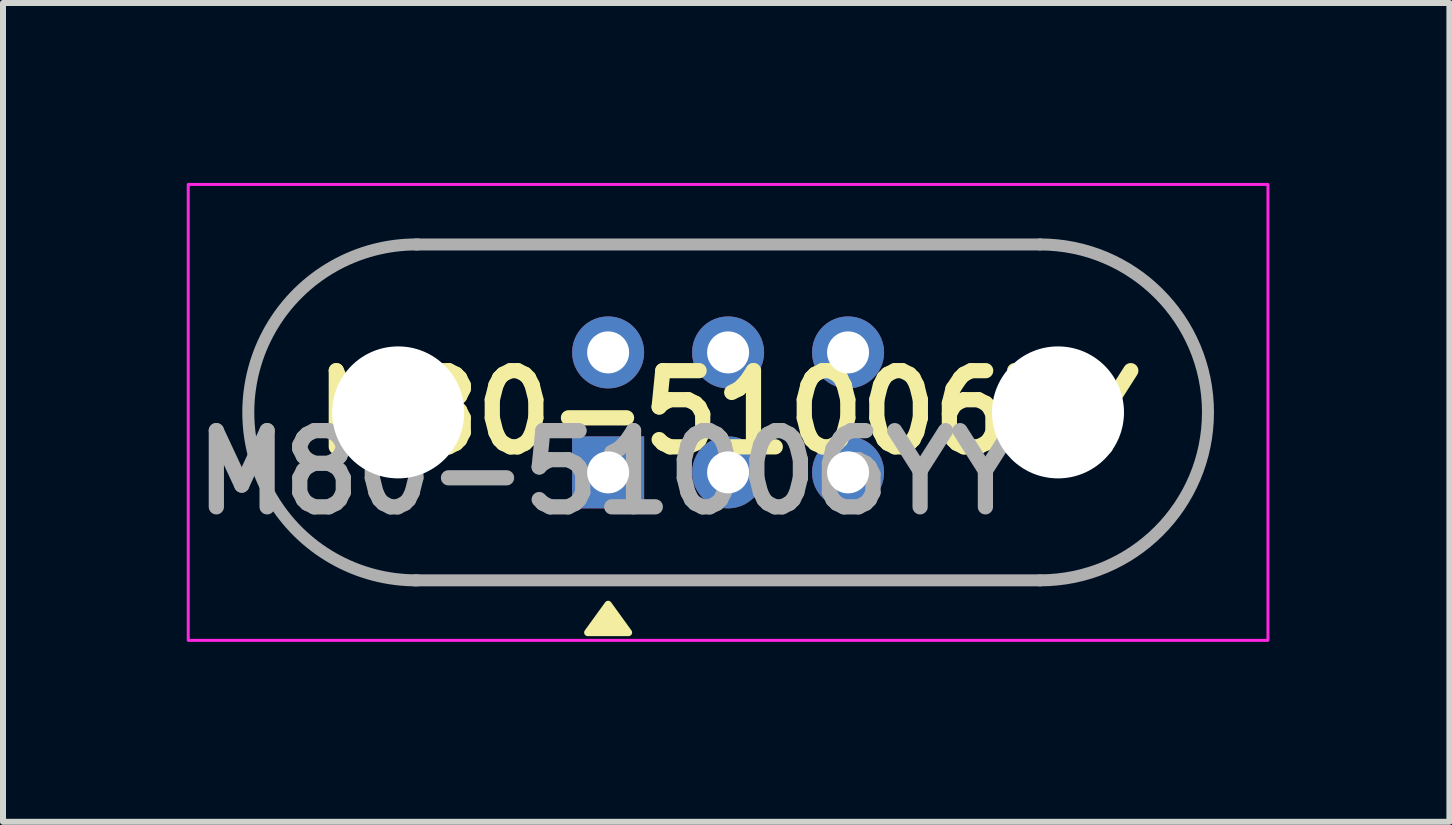
<source format=kicad_pcb>
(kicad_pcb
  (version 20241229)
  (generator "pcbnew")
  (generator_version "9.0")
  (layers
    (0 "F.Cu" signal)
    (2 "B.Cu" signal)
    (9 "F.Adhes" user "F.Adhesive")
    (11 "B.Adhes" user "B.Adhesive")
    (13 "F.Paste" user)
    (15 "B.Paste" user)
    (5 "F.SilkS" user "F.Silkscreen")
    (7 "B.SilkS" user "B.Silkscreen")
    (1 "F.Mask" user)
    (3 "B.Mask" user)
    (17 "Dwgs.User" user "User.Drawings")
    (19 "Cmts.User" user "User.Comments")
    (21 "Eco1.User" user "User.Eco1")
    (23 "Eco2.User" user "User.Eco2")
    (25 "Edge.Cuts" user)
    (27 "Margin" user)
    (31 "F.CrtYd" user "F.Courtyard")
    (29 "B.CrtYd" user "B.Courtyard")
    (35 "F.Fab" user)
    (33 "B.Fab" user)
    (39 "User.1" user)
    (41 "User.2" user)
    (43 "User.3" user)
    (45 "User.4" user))
  (footprint "M80-51006YY"
    (layer "F.Cu")
    (at 9.088 3.825)
    (property "Reference" "M80-51006YY" (at 0 0 0) (layer "F.SilkS") (effects (font (size 1.27 1.27) (thickness 0.254))))
    (attr through_hole)
    (fp_line (start -5.2 -2.8) (end 5.2 -2.8) (stroke (width 0.1) (type solid)) (layer "F.SilkS"))
    (fp_line (start 5.2 2.8) (end -5.2 2.8) (stroke (width 0.1) (type solid)) (layer "F.SilkS"))
    (fp_arc (start -5.2 2.8) (mid -8 0) (end -5.2 -2.8) (stroke (width 0.1) (type solid)) (layer "F.SilkS"))
    (fp_arc (start 5.2 -2.8) (mid 8 0) (end 5.2 2.8) (stroke (width 0.1) (type solid)) (layer "F.SilkS"))
    (fp_poly (pts (xy -2 3.2) (xy -1.66 3.67) (xy -2.34 3.67) (xy -2 3.2)) (stroke (width 0.12) (type solid)) (fill yes) (layer "F.SilkS"))
    (fp_rect (start -9 -3.8) (end 9 3.8) (stroke (width 0.05) (type default)) (fill no) (layer "F.CrtYd"))
    (fp_line (start -5.2 -2.8) (end 5.2 -2.8) (stroke (width 0.2) (type solid)) (layer "F.Fab"))
    (fp_line (start 5.2 2.8) (end -5.225 2.8) (stroke (width 0.2) (type solid)) (layer "F.Fab"))
    (fp_arc (start -5.175001 2.799888) (mid -8 0) (end -5.175001 -2.799888) (stroke (width 0.2) (type solid)) (layer "F.Fab"))
    (fp_arc (start 5.2 -2.8) (mid 8 0) (end 5.2 2.8) (stroke (width 0.2) (type solid)) (layer "F.Fab"))
    (fp_text user "${REFERENCE}" (at -2 1 0) (layer "F.Fab") (effects (font (size 1.27 1.27) (thickness 0.254))))
    (pad "" np_thru_hole circle (at -5.5 0) (size 2.2 2.2) (drill 2.2) (layers "*.Cu" "*.Mask"))
    (pad "" np_thru_hole circle (at 5.5 0) (size 2.2 2.2) (drill 2.2) (layers "*.Cu" "*.Mask"))
    (pad "1" thru_hole rect (at -2 1) (size 1.2 1.2) (drill 0.7) (layers "*.Cu" "*.Mask"))
    (pad "2" thru_hole circle (at 0 1) (size 1.2 1.2) (drill 0.7) (layers "*.Cu" "*.Mask"))
    (pad "3" thru_hole circle (at 2 1) (size 1.2 1.2) (drill 0.7) (layers "*.Cu" "*.Mask"))
    (pad "4" thru_hole circle (at -2 -1) (size 1.2 1.2) (drill 0.7) (layers "*.Cu" "*.Mask"))
    (pad "5" thru_hole circle (at 0 -1) (size 1.2 1.2) (drill 0.7) (layers "*.Cu" "*.Mask"))
    (pad "6" thru_hole circle (at 2 -1) (size 1.2 1.2) (drill 0.7) (layers "*.Cu" "*.Mask")))
  (gr_rect
    (start -3 -3)
    (end 21.113 10.65)
    (stroke (width 0.1) (type default))
    (fill no)
    (layer "Edge.Cuts")))
</source>
